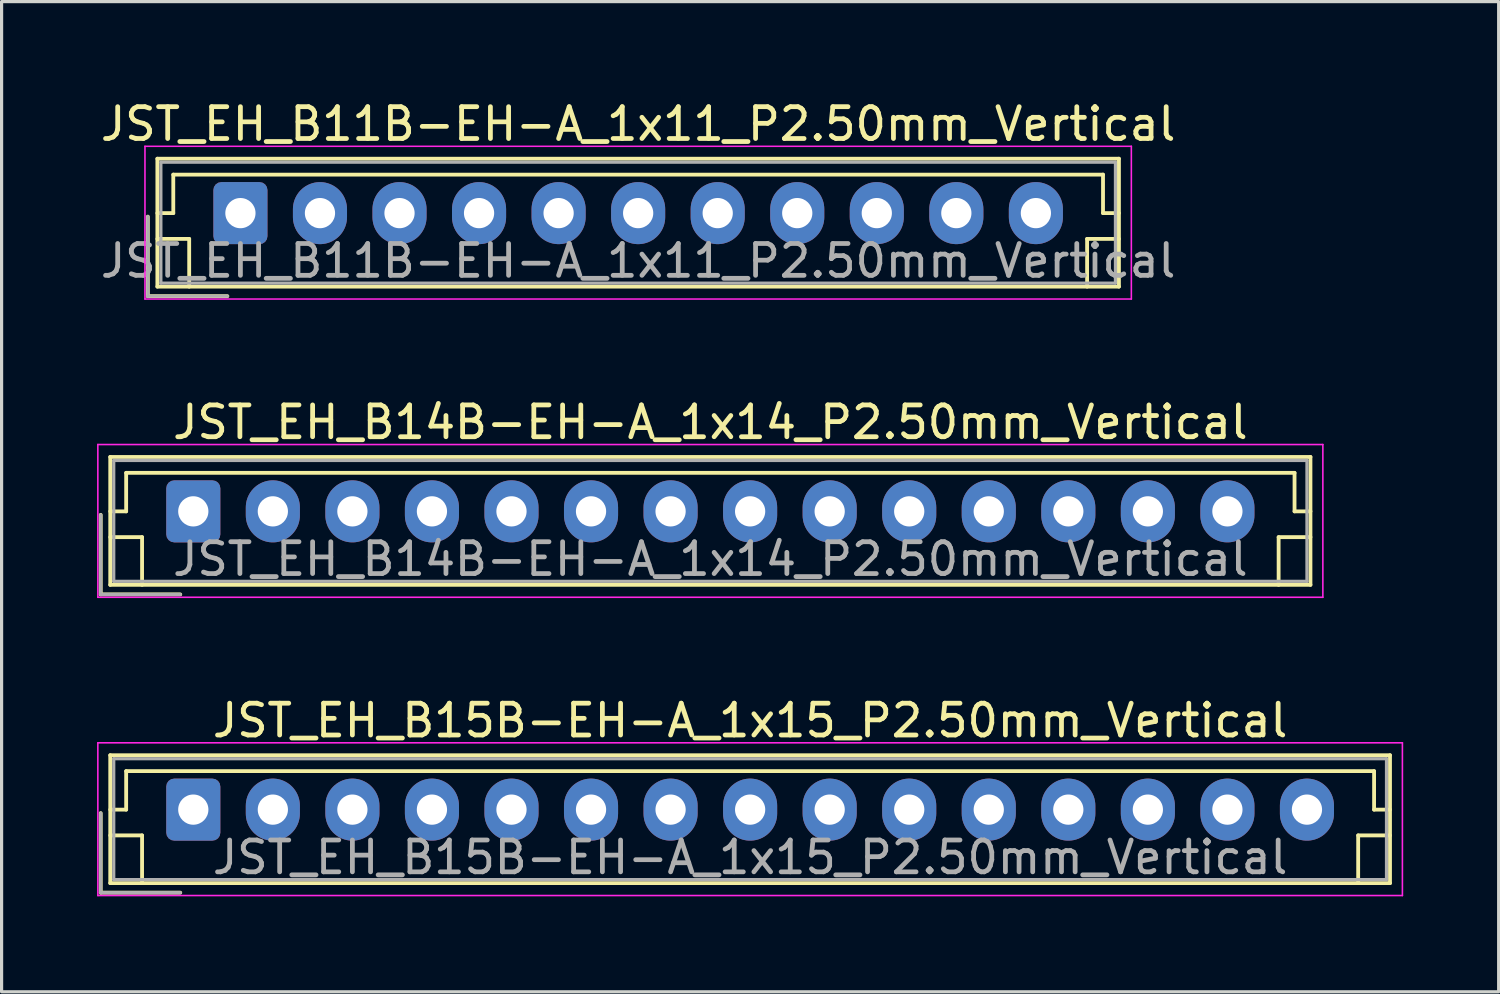
<source format=kicad_pcb>
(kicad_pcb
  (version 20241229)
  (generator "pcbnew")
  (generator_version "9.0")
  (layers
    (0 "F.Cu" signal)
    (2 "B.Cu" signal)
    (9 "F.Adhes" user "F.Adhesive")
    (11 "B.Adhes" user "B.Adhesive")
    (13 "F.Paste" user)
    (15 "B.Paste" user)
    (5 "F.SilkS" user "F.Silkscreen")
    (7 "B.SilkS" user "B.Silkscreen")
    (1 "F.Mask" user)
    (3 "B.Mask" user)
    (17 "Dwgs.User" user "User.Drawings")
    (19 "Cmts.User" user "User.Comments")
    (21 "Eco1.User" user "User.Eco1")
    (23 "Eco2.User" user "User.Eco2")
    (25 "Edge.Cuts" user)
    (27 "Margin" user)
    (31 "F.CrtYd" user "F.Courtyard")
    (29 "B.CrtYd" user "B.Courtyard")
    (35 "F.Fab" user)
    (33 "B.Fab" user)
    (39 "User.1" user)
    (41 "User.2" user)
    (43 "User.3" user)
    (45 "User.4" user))
  (footprint "JST_EH_B14B-EH-A_1x14_P2.50mm_Vertical"
    (layer "F.Cu")
    (at 3.025 13.021)
    (property "Reference" "JST_EH_B14B-EH-A_1x14_P2.50mm_Vertical" (at 16.25 -2.8 0) (layer "F.SilkS") (effects (font (size 1 1) (thickness 0.15))))
    (attr through_hole)
    (fp_line (start -2.91 0.11) (end -2.91 2.61) (stroke (width 0.12) (type solid)) (layer "F.SilkS"))
    (fp_line (start -2.91 2.61) (end -0.41 2.61) (stroke (width 0.12) (type solid)) (layer "F.SilkS"))
    (fp_line (start -2.61 -1.71) (end -2.61 2.31) (stroke (width 0.12) (type solid)) (layer "F.SilkS"))
    (fp_line (start -2.61 0) (end -2.11 0) (stroke (width 0.12) (type solid)) (layer "F.SilkS"))
    (fp_line (start -2.61 0.81) (end -1.61 0.81) (stroke (width 0.12) (type solid)) (layer "F.SilkS"))
    (fp_line (start -2.61 2.31) (end 35.11 2.31) (stroke (width 0.12) (type solid)) (layer "F.SilkS"))
    (fp_line (start -2.11 -1.21) (end 34.61 -1.21) (stroke (width 0.12) (type solid)) (layer "F.SilkS"))
    (fp_line (start -2.11 0) (end -2.11 -1.21) (stroke (width 0.12) (type solid)) (layer "F.SilkS"))
    (fp_line (start -1.61 0.81) (end -1.61 2.31) (stroke (width 0.12) (type solid)) (layer "F.SilkS"))
    (fp_line (start 34.11 0.81) (end 34.11 2.31) (stroke (width 0.12) (type solid)) (layer "F.SilkS"))
    (fp_line (start 34.61 -1.21) (end 34.61 0) (stroke (width 0.12) (type solid)) (layer "F.SilkS"))
    (fp_line (start 34.61 0) (end 35.11 0) (stroke (width 0.12) (type solid)) (layer "F.SilkS"))
    (fp_line (start 35.11 -1.71) (end -2.61 -1.71) (stroke (width 0.12) (type solid)) (layer "F.SilkS"))
    (fp_line (start 35.11 0.81) (end 34.11 0.81) (stroke (width 0.12) (type solid)) (layer "F.SilkS"))
    (fp_line (start 35.11 2.31) (end 35.11 -1.71) (stroke (width 0.12) (type solid)) (layer "F.SilkS"))
    (fp_line (start -3 -2.1) (end -3 2.7) (stroke (width 0.05) (type solid)) (layer "F.CrtYd"))
    (fp_line (start -3 2.7) (end 35.5 2.7) (stroke (width 0.05) (type solid)) (layer "F.CrtYd"))
    (fp_line (start 35.5 -2.1) (end -3 -2.1) (stroke (width 0.05) (type solid)) (layer "F.CrtYd"))
    (fp_line (start 35.5 2.7) (end 35.5 -2.1) (stroke (width 0.05) (type solid)) (layer "F.CrtYd"))
    (fp_line (start -2.91 0.11) (end -2.91 2.61) (stroke (width 0.1) (type solid)) (layer "F.Fab"))
    (fp_line (start -2.91 2.61) (end -0.41 2.61) (stroke (width 0.1) (type solid)) (layer "F.Fab"))
    (fp_line (start -2.5 -1.6) (end -2.5 2.2) (stroke (width 0.1) (type solid)) (layer "F.Fab"))
    (fp_line (start -2.5 2.2) (end 35 2.2) (stroke (width 0.1) (type solid)) (layer "F.Fab"))
    (fp_line (start 35 -1.6) (end -2.5 -1.6) (stroke (width 0.1) (type solid)) (layer "F.Fab"))
    (fp_line (start 35 2.2) (end 35 -1.6) (stroke (width 0.1) (type solid)) (layer "F.Fab"))
    (fp_text user "${REFERENCE}" (at 16.25 1.5 0) (layer "F.Fab") (effects (font (size 1 1) (thickness 0.15))))
    (pad "1" thru_hole roundrect (at 0 0) (size 1.7 1.95) (drill 0.95) (layers "*.Cu" "*.Mask") (roundrect_rratio 0.147))
    (pad "2" thru_hole oval (at 2.5 0) (size 1.7 1.95) (drill 0.95) (layers "*.Cu" "*.Mask"))
    (pad "3" thru_hole oval (at 5 0) (size 1.7 1.95) (drill 0.95) (layers "*.Cu" "*.Mask"))
    (pad "4" thru_hole oval (at 7.5 0) (size 1.7 1.95) (drill 0.95) (layers "*.Cu" "*.Mask"))
    (pad "5" thru_hole oval (at 10 0) (size 1.7 1.95) (drill 0.95) (layers "*.Cu" "*.Mask"))
    (pad "6" thru_hole oval (at 12.5 0) (size 1.7 1.95) (drill 0.95) (layers "*.Cu" "*.Mask"))
    (pad "7" thru_hole oval (at 15 0) (size 1.7 1.95) (drill 0.95) (layers "*.Cu" "*.Mask"))
    (pad "8" thru_hole oval (at 17.5 0) (size 1.7 1.95) (drill 0.95) (layers "*.Cu" "*.Mask"))
    (pad "9" thru_hole oval (at 20 0) (size 1.7 1.95) (drill 0.95) (layers "*.Cu" "*.Mask"))
    (pad "10" thru_hole oval (at 22.5 0) (size 1.7 1.95) (drill 0.95) (layers "*.Cu" "*.Mask"))
    (pad "11" thru_hole oval (at 25 0) (size 1.7 1.95) (drill 0.95) (layers "*.Cu" "*.Mask"))
    (pad "12" thru_hole oval (at 27.5 0) (size 1.7 1.95) (drill 0.95) (layers "*.Cu" "*.Mask"))
    (pad "13" thru_hole oval (at 30 0) (size 1.7 1.95) (drill 0.95) (layers "*.Cu" "*.Mask"))
    (pad "14" thru_hole oval (at 32.5 0) (size 1.7 1.95) (drill 0.95) (layers "*.Cu" "*.Mask")))
  (footprint "JST_EH_B11B-EH-A_1x11_P2.50mm_Vertical"
    (layer "F.Cu")
    (at 4.506 3.648)
    (property "Reference" "JST_EH_B11B-EH-A_1x11_P2.50mm_Vertical" (at 12.5 -2.8 0) (layer "F.SilkS") (effects (font (size 1 1) (thickness 0.15))))
    (attr through_hole)
    (fp_line (start -2.91 0.11) (end -2.91 2.61) (stroke (width 0.12) (type solid)) (layer "F.SilkS"))
    (fp_line (start -2.91 2.61) (end -0.41 2.61) (stroke (width 0.12) (type solid)) (layer "F.SilkS"))
    (fp_line (start -2.61 -1.71) (end -2.61 2.31) (stroke (width 0.12) (type solid)) (layer "F.SilkS"))
    (fp_line (start -2.61 0) (end -2.11 0) (stroke (width 0.12) (type solid)) (layer "F.SilkS"))
    (fp_line (start -2.61 0.81) (end -1.61 0.81) (stroke (width 0.12) (type solid)) (layer "F.SilkS"))
    (fp_line (start -2.61 2.31) (end 27.61 2.31) (stroke (width 0.12) (type solid)) (layer "F.SilkS"))
    (fp_line (start -2.11 -1.21) (end 27.11 -1.21) (stroke (width 0.12) (type solid)) (layer "F.SilkS"))
    (fp_line (start -2.11 0) (end -2.11 -1.21) (stroke (width 0.12) (type solid)) (layer "F.SilkS"))
    (fp_line (start -1.61 0.81) (end -1.61 2.31) (stroke (width 0.12) (type solid)) (layer "F.SilkS"))
    (fp_line (start 26.61 0.81) (end 26.61 2.31) (stroke (width 0.12) (type solid)) (layer "F.SilkS"))
    (fp_line (start 27.11 -1.21) (end 27.11 0) (stroke (width 0.12) (type solid)) (layer "F.SilkS"))
    (fp_line (start 27.11 0) (end 27.61 0) (stroke (width 0.12) (type solid)) (layer "F.SilkS"))
    (fp_line (start 27.61 -1.71) (end -2.61 -1.71) (stroke (width 0.12) (type solid)) (layer "F.SilkS"))
    (fp_line (start 27.61 0.81) (end 26.61 0.81) (stroke (width 0.12) (type solid)) (layer "F.SilkS"))
    (fp_line (start 27.61 2.31) (end 27.61 -1.71) (stroke (width 0.12) (type solid)) (layer "F.SilkS"))
    (fp_line (start -3 -2.1) (end -3 2.7) (stroke (width 0.05) (type solid)) (layer "F.CrtYd"))
    (fp_line (start -3 2.7) (end 28 2.7) (stroke (width 0.05) (type solid)) (layer "F.CrtYd"))
    (fp_line (start 28 -2.1) (end -3 -2.1) (stroke (width 0.05) (type solid)) (layer "F.CrtYd"))
    (fp_line (start 28 2.7) (end 28 -2.1) (stroke (width 0.05) (type solid)) (layer "F.CrtYd"))
    (fp_line (start -2.91 0.11) (end -2.91 2.61) (stroke (width 0.1) (type solid)) (layer "F.Fab"))
    (fp_line (start -2.91 2.61) (end -0.41 2.61) (stroke (width 0.1) (type solid)) (layer "F.Fab"))
    (fp_line (start -2.5 -1.6) (end -2.5 2.2) (stroke (width 0.1) (type solid)) (layer "F.Fab"))
    (fp_line (start -2.5 2.2) (end 27.5 2.2) (stroke (width 0.1) (type solid)) (layer "F.Fab"))
    (fp_line (start 27.5 -1.6) (end -2.5 -1.6) (stroke (width 0.1) (type solid)) (layer "F.Fab"))
    (fp_line (start 27.5 2.2) (end 27.5 -1.6) (stroke (width 0.1) (type solid)) (layer "F.Fab"))
    (fp_text user "${REFERENCE}" (at 12.5 1.5 0) (layer "F.Fab") (effects (font (size 1 1) (thickness 0.15))))
    (pad "1" thru_hole roundrect (at 0 0) (size 1.7 1.95) (drill 0.95) (layers "*.Cu" "*.Mask") (roundrect_rratio 0.147))
    (pad "2" thru_hole oval (at 2.5 0) (size 1.7 1.95) (drill 0.95) (layers "*.Cu" "*.Mask"))
    (pad "3" thru_hole oval (at 5 0) (size 1.7 1.95) (drill 0.95) (layers "*.Cu" "*.Mask"))
    (pad "4" thru_hole oval (at 7.5 0) (size 1.7 1.95) (drill 0.95) (layers "*.Cu" "*.Mask"))
    (pad "5" thru_hole oval (at 10 0) (size 1.7 1.95) (drill 0.95) (layers "*.Cu" "*.Mask"))
    (pad "6" thru_hole oval (at 12.5 0) (size 1.7 1.95) (drill 0.95) (layers "*.Cu" "*.Mask"))
    (pad "7" thru_hole oval (at 15 0) (size 1.7 1.95) (drill 0.95) (layers "*.Cu" "*.Mask"))
    (pad "8" thru_hole oval (at 17.5 0) (size 1.7 1.95) (drill 0.95) (layers "*.Cu" "*.Mask"))
    (pad "9" thru_hole oval (at 20 0) (size 1.7 1.95) (drill 0.95) (layers "*.Cu" "*.Mask"))
    (pad "10" thru_hole oval (at 22.5 0) (size 1.7 1.95) (drill 0.95) (layers "*.Cu" "*.Mask"))
    (pad "11" thru_hole oval (at 25 0) (size 1.7 1.95) (drill 0.95) (layers "*.Cu" "*.Mask")))
  (footprint "JST_EH_B15B-EH-A_1x15_P2.50mm_Vertical"
    (layer "F.Cu")
    (at 3.025 22.395)
    (property "Reference" "JST_EH_B15B-EH-A_1x15_P2.50mm_Vertical" (at 17.5 -2.8 0) (layer "F.SilkS") (effects (font (size 1 1) (thickness 0.15))))
    (attr through_hole)
    (fp_line (start -2.91 0.11) (end -2.91 2.61) (stroke (width 0.12) (type solid)) (layer "F.SilkS"))
    (fp_line (start -2.91 2.61) (end -0.41 2.61) (stroke (width 0.12) (type solid)) (layer "F.SilkS"))
    (fp_line (start -2.61 -1.71) (end -2.61 2.31) (stroke (width 0.12) (type solid)) (layer "F.SilkS"))
    (fp_line (start -2.61 0) (end -2.11 0) (stroke (width 0.12) (type solid)) (layer "F.SilkS"))
    (fp_line (start -2.61 0.81) (end -1.61 0.81) (stroke (width 0.12) (type solid)) (layer "F.SilkS"))
    (fp_line (start -2.61 2.31) (end 37.61 2.31) (stroke (width 0.12) (type solid)) (layer "F.SilkS"))
    (fp_line (start -2.11 -1.21) (end 37.11 -1.21) (stroke (width 0.12) (type solid)) (layer "F.SilkS"))
    (fp_line (start -2.11 0) (end -2.11 -1.21) (stroke (width 0.12) (type solid)) (layer "F.SilkS"))
    (fp_line (start -1.61 0.81) (end -1.61 2.31) (stroke (width 0.12) (type solid)) (layer "F.SilkS"))
    (fp_line (start 36.61 0.81) (end 36.61 2.31) (stroke (width 0.12) (type solid)) (layer "F.SilkS"))
    (fp_line (start 37.11 -1.21) (end 37.11 0) (stroke (width 0.12) (type solid)) (layer "F.SilkS"))
    (fp_line (start 37.11 0) (end 37.61 0) (stroke (width 0.12) (type solid)) (layer "F.SilkS"))
    (fp_line (start 37.61 -1.71) (end -2.61 -1.71) (stroke (width 0.12) (type solid)) (layer "F.SilkS"))
    (fp_line (start 37.61 0.81) (end 36.61 0.81) (stroke (width 0.12) (type solid)) (layer "F.SilkS"))
    (fp_line (start 37.61 2.31) (end 37.61 -1.71) (stroke (width 0.12) (type solid)) (layer "F.SilkS"))
    (fp_line (start -3 -2.1) (end -3 2.7) (stroke (width 0.05) (type solid)) (layer "F.CrtYd"))
    (fp_line (start -3 2.7) (end 38 2.7) (stroke (width 0.05) (type solid)) (layer "F.CrtYd"))
    (fp_line (start 38 -2.1) (end -3 -2.1) (stroke (width 0.05) (type solid)) (layer "F.CrtYd"))
    (fp_line (start 38 2.7) (end 38 -2.1) (stroke (width 0.05) (type solid)) (layer "F.CrtYd"))
    (fp_line (start -2.91 0.11) (end -2.91 2.61) (stroke (width 0.1) (type solid)) (layer "F.Fab"))
    (fp_line (start -2.91 2.61) (end -0.41 2.61) (stroke (width 0.1) (type solid)) (layer "F.Fab"))
    (fp_line (start -2.5 -1.6) (end -2.5 2.2) (stroke (width 0.1) (type solid)) (layer "F.Fab"))
    (fp_line (start -2.5 2.2) (end 37.5 2.2) (stroke (width 0.1) (type solid)) (layer "F.Fab"))
    (fp_line (start 37.5 -1.6) (end -2.5 -1.6) (stroke (width 0.1) (type solid)) (layer "F.Fab"))
    (fp_line (start 37.5 2.2) (end 37.5 -1.6) (stroke (width 0.1) (type solid)) (layer "F.Fab"))
    (fp_text user "${REFERENCE}" (at 17.5 1.5 0) (layer "F.Fab") (effects (font (size 1 1) (thickness 0.15))))
    (pad "1" thru_hole roundrect (at 0 0) (size 1.7 1.95) (drill 0.95) (layers "*.Cu" "*.Mask") (roundrect_rratio 0.147))
    (pad "2" thru_hole oval (at 2.5 0) (size 1.7 1.95) (drill 0.95) (layers "*.Cu" "*.Mask"))
    (pad "3" thru_hole oval (at 5 0) (size 1.7 1.95) (drill 0.95) (layers "*.Cu" "*.Mask"))
    (pad "4" thru_hole oval (at 7.5 0) (size 1.7 1.95) (drill 0.95) (layers "*.Cu" "*.Mask"))
    (pad "5" thru_hole oval (at 10 0) (size 1.7 1.95) (drill 0.95) (layers "*.Cu" "*.Mask"))
    (pad "6" thru_hole oval (at 12.5 0) (size 1.7 1.95) (drill 0.95) (layers "*.Cu" "*.Mask"))
    (pad "7" thru_hole oval (at 15 0) (size 1.7 1.95) (drill 0.95) (layers "*.Cu" "*.Mask"))
    (pad "8" thru_hole oval (at 17.5 0) (size 1.7 1.95) (drill 0.95) (layers "*.Cu" "*.Mask"))
    (pad "9" thru_hole oval (at 20 0) (size 1.7 1.95) (drill 0.95) (layers "*.Cu" "*.Mask"))
    (pad "10" thru_hole oval (at 22.5 0) (size 1.7 1.95) (drill 0.95) (layers "*.Cu" "*.Mask"))
    (pad "11" thru_hole oval (at 25 0) (size 1.7 1.95) (drill 0.95) (layers "*.Cu" "*.Mask"))
    (pad "12" thru_hole oval (at 27.5 0) (size 1.7 1.95) (drill 0.95) (layers "*.Cu" "*.Mask"))
    (pad "13" thru_hole oval (at 30 0) (size 1.7 1.95) (drill 0.95) (layers "*.Cu" "*.Mask"))
    (pad "14" thru_hole oval (at 32.5 0) (size 1.7 1.95) (drill 0.95) (layers "*.Cu" "*.Mask"))
    (pad "15" thru_hole oval (at 35 0) (size 1.7 1.95) (drill 0.95) (layers "*.Cu" "*.Mask")))
  (gr_rect
    (start -3 -3)
    (end 44.05 28.12)
    (stroke (width 0.1) (type default))
    (fill no)
    (layer "Edge.Cuts")))
</source>
